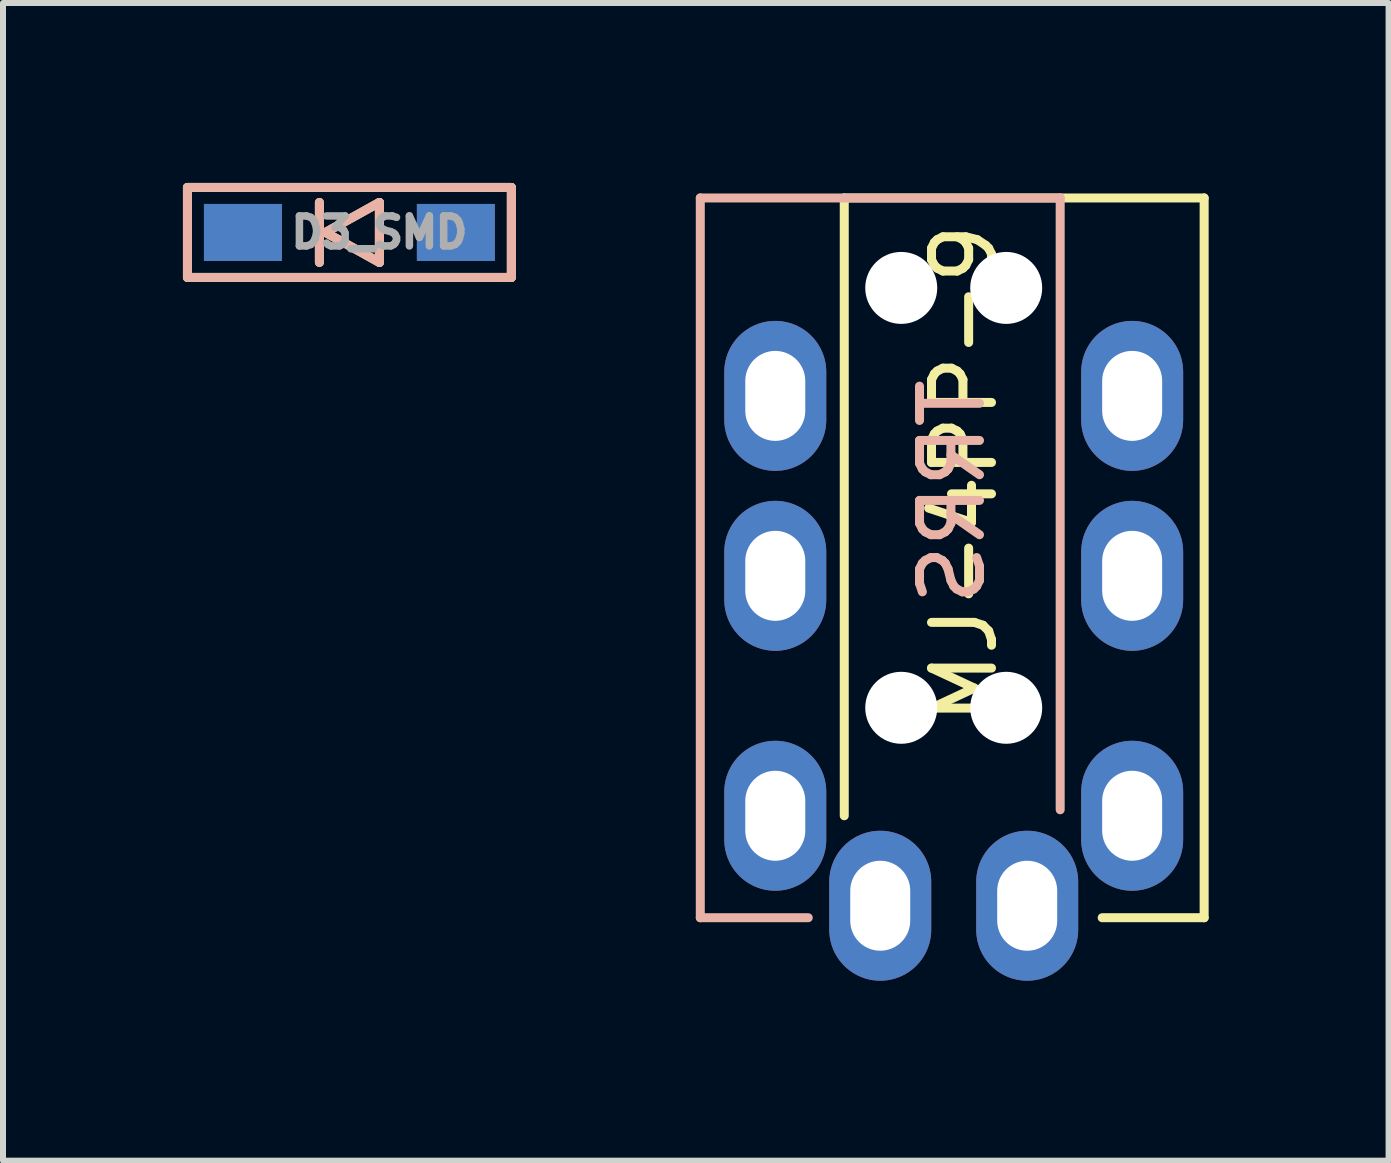
<source format=kicad_pcb>
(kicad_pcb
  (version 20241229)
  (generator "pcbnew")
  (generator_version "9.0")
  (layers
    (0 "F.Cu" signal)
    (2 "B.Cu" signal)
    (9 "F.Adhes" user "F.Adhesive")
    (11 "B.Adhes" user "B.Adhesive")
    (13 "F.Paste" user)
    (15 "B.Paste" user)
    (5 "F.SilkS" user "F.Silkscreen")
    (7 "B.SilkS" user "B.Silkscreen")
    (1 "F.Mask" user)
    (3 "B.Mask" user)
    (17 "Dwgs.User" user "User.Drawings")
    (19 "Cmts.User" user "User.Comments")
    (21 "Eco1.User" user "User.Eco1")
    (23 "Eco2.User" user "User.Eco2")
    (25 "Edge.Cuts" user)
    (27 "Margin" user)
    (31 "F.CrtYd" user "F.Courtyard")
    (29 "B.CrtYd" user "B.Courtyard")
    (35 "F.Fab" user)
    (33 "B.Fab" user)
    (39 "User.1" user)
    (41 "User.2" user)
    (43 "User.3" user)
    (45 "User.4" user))
  (footprint "D3_SMD"
    (layer "F.Cu")
    (at 2.775 0.825)
    (property "Reference" "D3_SMD" (at 0.5 0 0) (layer "F.Fab") (effects (font (size 0.5 0.5) (thickness 0.125))))
    (attr through_hole)
    (fp_line (start -2.7 -0.75) (end -2.7 0.75) (stroke (width 0.15) (type solid)) (layer "F.SilkS"))
    (fp_line (start -2.7 0.75) (end 2.7 0.75) (stroke (width 0.15) (type solid)) (layer "F.SilkS"))
    (fp_line (start -0.5 -0.5) (end -0.5 0.5) (stroke (width 0.15) (type solid)) (layer "F.SilkS"))
    (fp_line (start -0.4 0) (end 0.5 -0.5) (stroke (width 0.15) (type solid)) (layer "F.SilkS"))
    (fp_line (start 0.5 -0.5) (end 0.5 0.5) (stroke (width 0.15) (type solid)) (layer "F.SilkS"))
    (fp_line (start 0.5 0.5) (end -0.4 0) (stroke (width 0.15) (type solid)) (layer "F.SilkS"))
    (fp_line (start 2.7 -0.75) (end -2.7 -0.75) (stroke (width 0.15) (type solid)) (layer "F.SilkS"))
    (fp_line (start 2.7 -0.75) (end 2.7 0.75) (stroke (width 0.15) (type solid)) (layer "F.SilkS"))
    (fp_line (start -2.7 -0.75) (end -2.7 0.75) (stroke (width 0.15) (type solid)) (layer "B.SilkS"))
    (fp_line (start -2.7 0.75) (end 2.7 0.75) (stroke (width 0.15) (type solid)) (layer "B.SilkS"))
    (fp_line (start -0.5 -0.5) (end -0.5 0.5) (stroke (width 0.15) (type solid)) (layer "B.SilkS"))
    (fp_line (start -0.4 0) (end 0.5 -0.5) (stroke (width 0.15) (type solid)) (layer "B.SilkS"))
    (fp_line (start 0.5 -0.5) (end 0.5 0.5) (stroke (width 0.15) (type solid)) (layer "B.SilkS"))
    (fp_line (start 0.5 0.5) (end -0.4 0) (stroke (width 0.15) (type solid)) (layer "B.SilkS"))
    (fp_line (start 2.7 -0.75) (end -2.7 -0.75) (stroke (width 0.15) (type solid)) (layer "B.SilkS"))
    (fp_line (start 2.7 0.75) (end 2.7 -0.75) (stroke (width 0.15) (type solid)) (layer "B.SilkS"))
    (pad "1" smd rect (at -1.775 0) (size 1.3 0.95) (layers "F.Cu" "F.Mask" "F.Paste"))
    (pad "1" smd rect (at -1.775 0) (size 1.3 0.95) (layers "B.Cu" "B.Mask" "B.Paste"))
    (pad "2" smd rect (at 1.775 0) (size 1.3 0.95) (layers "F.Cu" "F.Mask" "F.Paste"))
    (pad "2" smd rect (at 1.775 0) (size 1.3 0.95) (layers "B.Cu" "B.Mask" "B.Paste")))
  (footprint "MJ-4PP-9"
    (layer "F.Cu")
    (at 13.725 0.25)
    (property "Reference" "MJ-4PP-9" (at -0.7 4.6 90) (layer "F.SilkS") (effects (font (size 1 1) (thickness 0.15))))
    (attr through_hole)
    (fp_line (start -2.7 0) (end 3.3 0) (stroke (width 0.15) (type solid)) (layer "F.SilkS"))
    (fp_line (start -2.7 10.3) (end -2.7 0) (stroke (width 0.15) (type solid)) (layer "F.SilkS"))
    (fp_line (start 3.3 0) (end 3.3 12) (stroke (width 0.15) (type solid)) (layer "F.SilkS"))
    (fp_line (start 3.3 12) (end 1.6 12) (stroke (width 0.15) (type solid)) (layer "F.SilkS"))
    (fp_line (start -5.1 0) (end 0.9 0) (stroke (width 0.15) (type solid)) (layer "B.SilkS"))
    (fp_line (start -5.1 12) (end -5.1 0) (stroke (width 0.15) (type solid)) (layer "B.SilkS"))
    (fp_line (start -3.3 12) (end -5.1 12) (stroke (width 0.15) (type solid)) (layer "B.SilkS"))
    (fp_line (start 0.9 0) (end 0.9 10.2) (stroke (width 0.15) (type solid)) (layer "B.SilkS"))
    (fp_text user "TRRS" (at -0.9 4.9 90) (layer "B.SilkS") (effects (font (size 1 1) (thickness 0.15)) (justify mirror)))
    (pad "" np_thru_hole circle (at -1.75 1.5) (size 1.2 1.2) (drill 1.2) (layers "*.Cu" "*.Mask"))
    (pad "" np_thru_hole circle (at -1.75 8.5) (size 1.2 1.2) (drill 1.2) (layers "*.Cu" "*.Mask"))
    (pad "" np_thru_hole circle (at 0 1.5) (size 1.2 1.2) (drill 1.2) (layers "*.Cu" "*.Mask"))
    (pad "" np_thru_hole circle (at 0 8.5) (size 1.2 1.2) (drill 1.2) (layers "*.Cu" "*.Mask"))
    (pad "A" thru_hole oval (at -2.1 11.8) (size 1.7 2.5) (drill oval 1 1.5) (layers "*.Cu" "*.Mask"))
    (pad "A" thru_hole oval (at 0.35 11.8) (size 1.7 2.5) (drill oval 1 1.5) (layers "*.Cu" "*.Mask"))
    (pad "B" thru_hole oval (at -3.85 3.3) (size 1.7 2.5) (drill oval 1 1.5) (layers "*.Cu" "*.Mask"))
    (pad "B" thru_hole oval (at 2.1 3.3) (size 1.7 2.5) (drill oval 1 1.5) (layers "*.Cu" "*.Mask"))
    (pad "C" thru_hole oval (at -3.85 6.3) (size 1.7 2.5) (drill oval 1 1.5) (layers "*.Cu" "*.Mask"))
    (pad "C" thru_hole oval (at 2.1 6.3) (size 1.7 2.5) (drill oval 1 1.5) (layers "*.Cu" "*.Mask"))
    (pad "D" thru_hole oval (at -3.85 10.3) (size 1.7 2.5) (drill oval 1 1.5) (layers "*.Cu" "*.Mask"))
    (pad "D" thru_hole oval (at 2.1 10.3) (size 1.7 2.5) (drill oval 1 1.5) (layers "*.Cu" "*.Mask")))
  (gr_rect
    (start -3 -3)
    (end 20.1 16.3)
    (stroke (width 0.1) (type default))
    (fill no)
    (layer "Edge.Cuts")))
</source>
